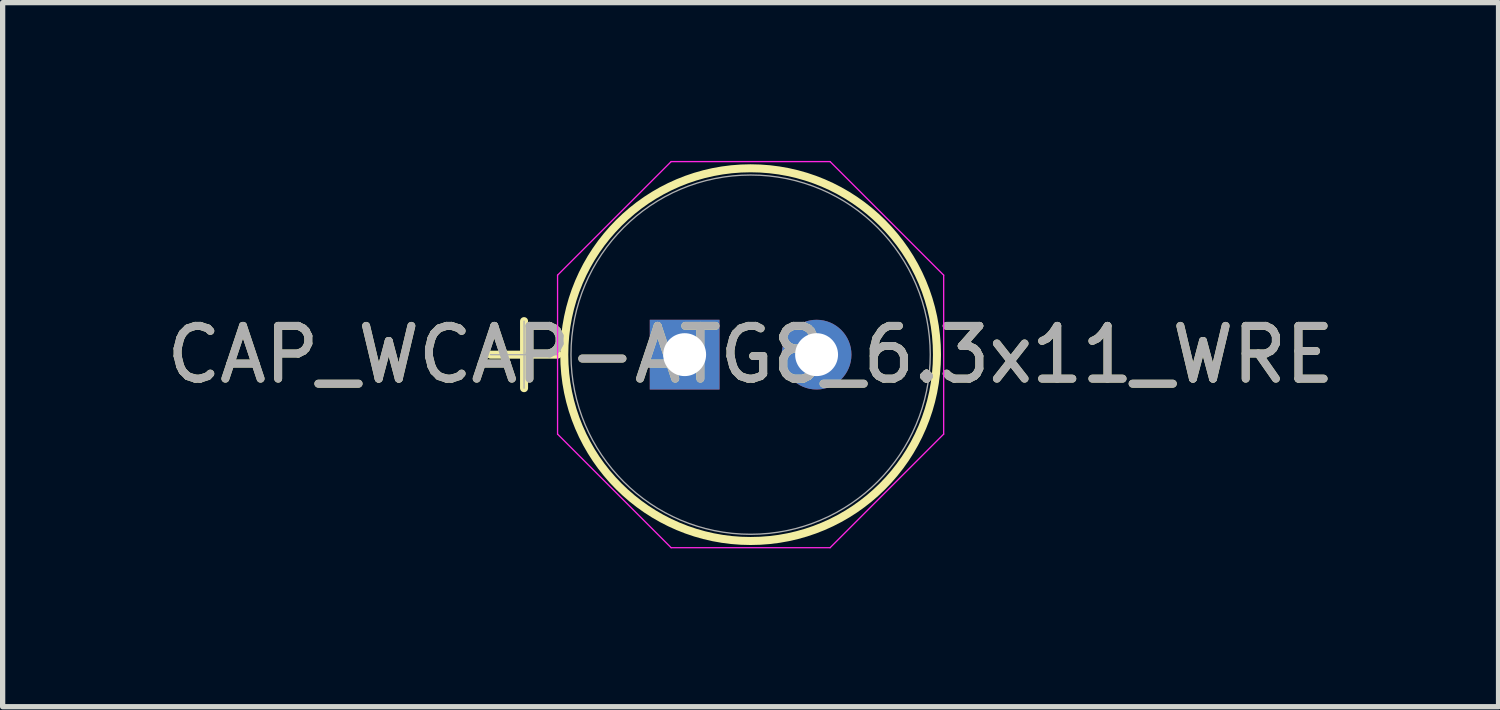
<source format=kicad_pcb>
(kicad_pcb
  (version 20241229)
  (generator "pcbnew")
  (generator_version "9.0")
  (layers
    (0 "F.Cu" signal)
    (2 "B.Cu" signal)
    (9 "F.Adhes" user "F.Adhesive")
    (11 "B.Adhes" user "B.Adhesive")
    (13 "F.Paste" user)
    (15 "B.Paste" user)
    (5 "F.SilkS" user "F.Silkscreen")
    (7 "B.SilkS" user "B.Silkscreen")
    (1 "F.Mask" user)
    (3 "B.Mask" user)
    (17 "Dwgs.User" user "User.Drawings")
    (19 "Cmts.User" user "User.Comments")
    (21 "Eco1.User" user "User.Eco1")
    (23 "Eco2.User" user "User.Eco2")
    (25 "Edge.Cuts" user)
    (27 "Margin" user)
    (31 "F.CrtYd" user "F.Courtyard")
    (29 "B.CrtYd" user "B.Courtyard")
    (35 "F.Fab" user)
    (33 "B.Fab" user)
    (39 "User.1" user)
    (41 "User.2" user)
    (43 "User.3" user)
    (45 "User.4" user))
  (footprint "CAP_WCAP-ATG8_6.3x11_WRE"
    (layer "F.Cu")
    (at 9.923 3.67)
    (property "Reference" "CAP_WCAP-ATG8_6.3x11_WRE" (at 1.25 0 0) (unlocked yes) (layer "F.SilkS") (effects (font (size 1 1) (thickness 0.15))))
    (attr through_hole)
    (fp_line (start -3.678 0) (end -2.408 0) (stroke (width 0.152) (type solid)) (layer "F.SilkS"))
    (fp_line (start -3.043 -0.635) (end -3.043 0.635) (stroke (width 0.152) (type solid)) (layer "F.SilkS"))
    (fp_circle (center 1.25 0) (end 4.781 0) (stroke (width 0.152) (type solid)) (fill no) (layer "F.SilkS"))
    (fp_line (start -2.408 -1.506) (end -0.256 -3.658) (stroke (width 0.025) (type solid)) (layer "F.CrtYd"))
    (fp_line (start -2.408 1.506) (end -2.408 -1.506) (stroke (width 0.025) (type solid)) (layer "F.CrtYd"))
    (fp_line (start -0.256 -3.658) (end 2.756 -3.658) (stroke (width 0.025) (type solid)) (layer "F.CrtYd"))
    (fp_line (start -0.256 3.658) (end -2.408 1.506) (stroke (width 0.025) (type solid)) (layer "F.CrtYd"))
    (fp_line (start 2.756 -3.658) (end 4.908 -1.506) (stroke (width 0.025) (type solid)) (layer "F.CrtYd"))
    (fp_line (start 2.756 3.658) (end -0.256 3.658) (stroke (width 0.025) (type solid)) (layer "F.CrtYd"))
    (fp_line (start 4.908 -1.506) (end 4.908 1.506) (stroke (width 0.025) (type solid)) (layer "F.CrtYd"))
    (fp_line (start 4.908 1.506) (end 2.756 3.658) (stroke (width 0.025) (type solid)) (layer "F.CrtYd"))
    (fp_line (start -3.678 0) (end -2.408 0) (stroke (width 0.025) (type solid)) (layer "F.Fab"))
    (fp_line (start -3.043 -0.635) (end -3.043 0.635) (stroke (width 0.025) (type solid)) (layer "F.Fab"))
    (fp_circle (center 1.25 0) (end 4.654 0) (stroke (width 0.025) (type solid)) (fill no) (layer "F.Fab"))
    (fp_text user "${REFERENCE}" (at 1.25 0 0) (unlocked yes) (layer "F.Fab") (effects (font (size 1 1) (thickness 0.15))))
    (pad "1" thru_hole rect (at 0 0) (size 1.321 1.321) (drill 0.813) (layers "*.Cu" "*.Mask"))
    (pad "2" thru_hole circle (at 2.5 0) (size 1.321 1.321) (drill 0.813) (layers "*.Cu" "*.Mask")))
  (gr_rect
    (start -3 -3)
    (end 25.345 10.341)
    (stroke (width 0.1) (type default))
    (fill no)
    (layer "Edge.Cuts")))
</source>
